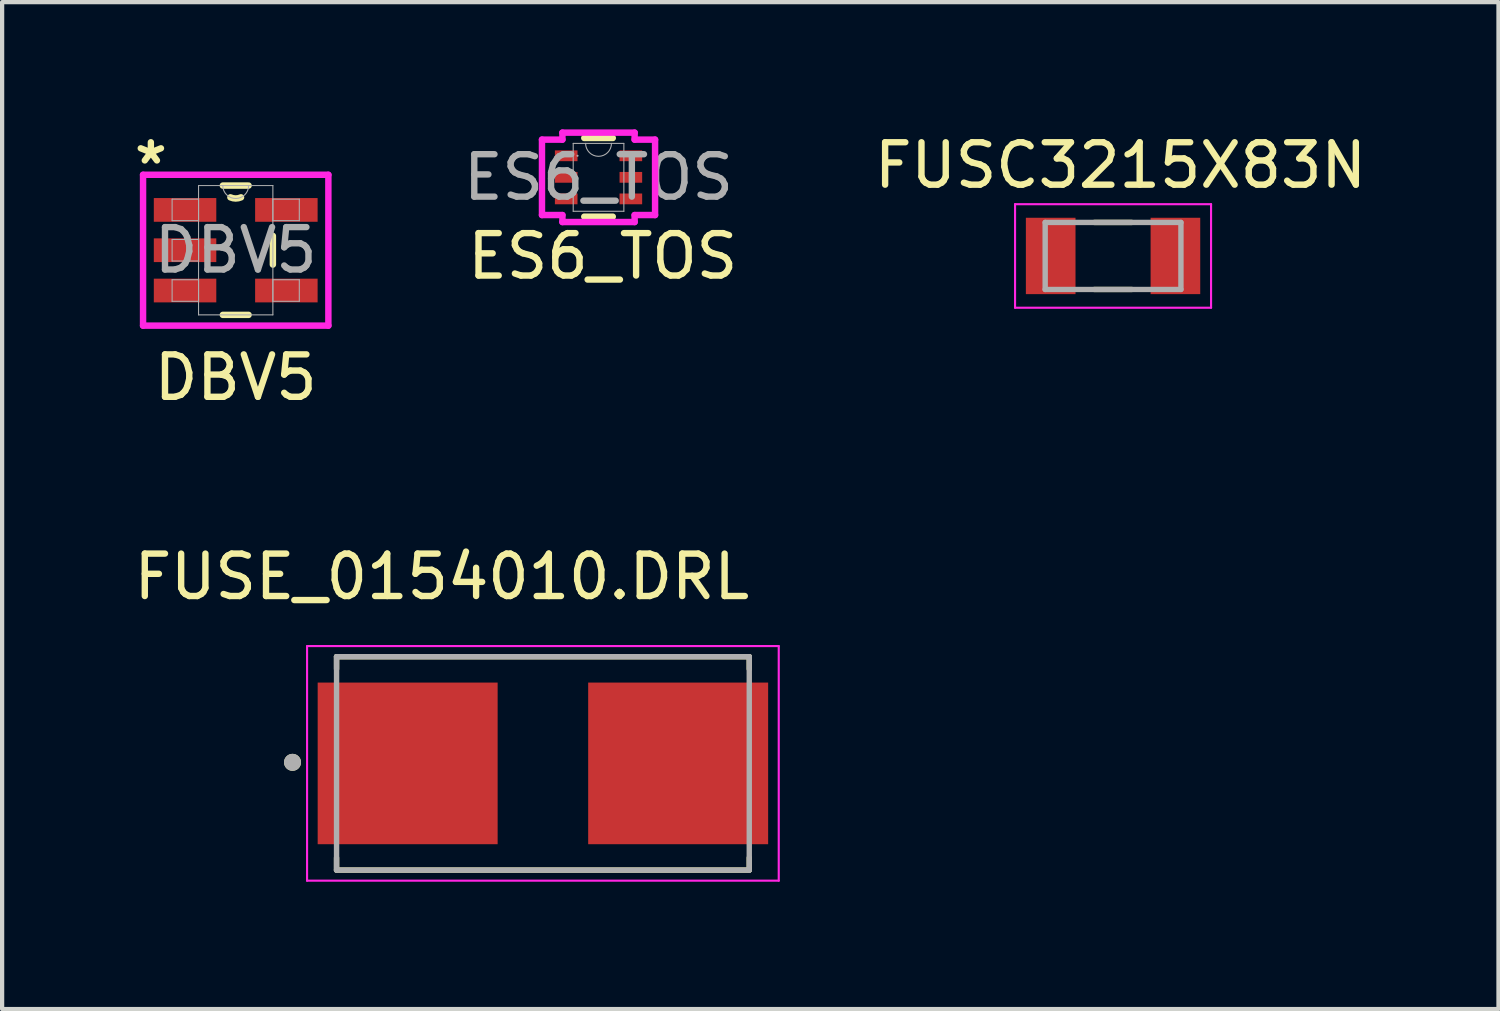
<source format=kicad_pcb>
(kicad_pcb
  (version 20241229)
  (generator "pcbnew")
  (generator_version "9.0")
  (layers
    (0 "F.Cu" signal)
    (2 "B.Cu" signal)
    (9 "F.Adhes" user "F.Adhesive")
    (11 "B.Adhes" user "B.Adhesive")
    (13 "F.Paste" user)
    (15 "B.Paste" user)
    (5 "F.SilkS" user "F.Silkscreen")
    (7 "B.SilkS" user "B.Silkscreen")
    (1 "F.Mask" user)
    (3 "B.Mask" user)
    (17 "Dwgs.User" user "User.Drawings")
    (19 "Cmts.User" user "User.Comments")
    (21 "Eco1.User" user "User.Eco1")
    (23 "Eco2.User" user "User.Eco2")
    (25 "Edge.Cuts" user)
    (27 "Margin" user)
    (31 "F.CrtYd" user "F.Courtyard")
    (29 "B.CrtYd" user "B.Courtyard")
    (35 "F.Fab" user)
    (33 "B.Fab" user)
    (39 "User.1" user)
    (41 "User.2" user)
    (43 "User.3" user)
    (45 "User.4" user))
  (footprint "DBV5"
    (layer "F.Cu")
    (at 2.506 2.848)
    (property "Reference" "DBV5" (at 0 3 0) (unlocked yes) (layer "F.SilkS") (effects (font (size 1 1) (thickness 0.15))))
    (attr smd)
    (fp_line (start -0.303 1.524) (end 0.303 1.524) (stroke (width 0.152) (type solid)) (layer "F.SilkS"))
    (fp_line (start 0.303 -1.524) (end -0.303 -1.524) (stroke (width 0.152) (type solid)) (layer "F.SilkS"))
    (fp_line (start 0.876 0.338) (end 0.876 -0.338) (stroke (width 0.152) (type solid)) (layer "F.SilkS"))
    (fp_arc (start 0.124872 -1.245953) (mid 0 -1.2192) (end -0.124872 -1.245953) (stroke (width 0.1524) (type solid)) (layer "F.SilkS"))
    (fp_line (start -2.184 -1.778) (end 2.184 -1.778) (stroke (width 0.152) (type solid)) (layer "F.CrtYd"))
    (fp_line (start -2.184 1.778) (end -2.184 -1.778) (stroke (width 0.152) (type solid)) (layer "F.CrtYd"))
    (fp_line (start 2.184 -1.778) (end 2.184 1.778) (stroke (width 0.152) (type solid)) (layer "F.CrtYd"))
    (fp_line (start 2.184 1.778) (end -2.184 1.778) (stroke (width 0.152) (type solid)) (layer "F.CrtYd"))
    (fp_line (start -1.499 -1.204) (end -1.499 -0.696) (stroke (width 0.025) (type solid)) (layer "F.Fab"))
    (fp_line (start -1.499 -0.696) (end -0.876 -0.696) (stroke (width 0.025) (type solid)) (layer "F.Fab"))
    (fp_line (start -1.499 -0.254) (end -1.499 0.254) (stroke (width 0.025) (type solid)) (layer "F.Fab"))
    (fp_line (start -1.499 0.254) (end -0.876 0.254) (stroke (width 0.025) (type solid)) (layer "F.Fab"))
    (fp_line (start -1.499 0.696) (end -1.499 1.204) (stroke (width 0.025) (type solid)) (layer "F.Fab"))
    (fp_line (start -1.499 1.204) (end -0.876 1.204) (stroke (width 0.025) (type solid)) (layer "F.Fab"))
    (fp_line (start -0.876 -1.524) (end -0.876 1.524) (stroke (width 0.025) (type solid)) (layer "F.Fab"))
    (fp_line (start -0.876 -1.204) (end -1.499 -1.204) (stroke (width 0.025) (type solid)) (layer "F.Fab"))
    (fp_line (start -0.876 -0.696) (end -0.876 -1.204) (stroke (width 0.025) (type solid)) (layer "F.Fab"))
    (fp_line (start -0.876 -0.254) (end -1.499 -0.254) (stroke (width 0.025) (type solid)) (layer "F.Fab"))
    (fp_line (start -0.876 0.254) (end -0.876 -0.254) (stroke (width 0.025) (type solid)) (layer "F.Fab"))
    (fp_line (start -0.876 0.696) (end -1.499 0.696) (stroke (width 0.025) (type solid)) (layer "F.Fab"))
    (fp_line (start -0.876 1.204) (end -0.876 0.696) (stroke (width 0.025) (type solid)) (layer "F.Fab"))
    (fp_line (start -0.876 1.524) (end 0.876 1.524) (stroke (width 0.025) (type solid)) (layer "F.Fab"))
    (fp_line (start 0.876 -1.524) (end -0.876 -1.524) (stroke (width 0.025) (type solid)) (layer "F.Fab"))
    (fp_line (start 0.876 -1.204) (end 0.876 -0.696) (stroke (width 0.025) (type solid)) (layer "F.Fab"))
    (fp_line (start 0.876 -0.696) (end 1.499 -0.696) (stroke (width 0.025) (type solid)) (layer "F.Fab"))
    (fp_line (start 0.876 0.696) (end 0.876 1.204) (stroke (width 0.025) (type solid)) (layer "F.Fab"))
    (fp_line (start 0.876 1.204) (end 1.499 1.204) (stroke (width 0.025) (type solid)) (layer "F.Fab"))
    (fp_line (start 0.876 1.524) (end 0.876 -1.524) (stroke (width 0.025) (type solid)) (layer "F.Fab"))
    (fp_line (start 1.499 -1.204) (end 0.876 -1.204) (stroke (width 0.025) (type solid)) (layer "F.Fab"))
    (fp_line (start 1.499 -0.696) (end 1.499 -1.204) (stroke (width 0.025) (type solid)) (layer "F.Fab"))
    (fp_line (start 1.499 0.696) (end 0.876 0.696) (stroke (width 0.025) (type solid)) (layer "F.Fab"))
    (fp_line (start 1.499 1.204) (end 1.499 0.696) (stroke (width 0.025) (type solid)) (layer "F.Fab"))
    (fp_arc (start 0.3048 -1.524) (mid 0 -1.2192) (end -0.3048 -1.524) (stroke (width 0.0254) (type solid)) (layer "F.Fab"))
    (fp_text user "*" (at -2 -2 0) (unlocked yes) (layer "F.SilkS") (effects (font (size 1 1) (thickness 0.15))))
    (fp_text user "${REFERENCE}" (at 0 0 0) (unlocked yes) (layer "F.Fab") (effects (font (size 1 1) (thickness 0.15))))
    (pad "1" smd rect (at -1.194 -0.95) (size 1.473 0.559) (layers "F.Cu" "F.Mask" "F.Paste"))
    (pad "2" smd rect (at -1.194 0) (size 1.473 0.559) (layers "F.Cu" "F.Mask" "F.Paste"))
    (pad "3" smd rect (at -1.194 0.95) (size 1.473 0.559) (layers "F.Cu" "F.Mask" "F.Paste"))
    (pad "4" smd rect (at 1.194 0.95) (size 1.473 0.559) (layers "F.Cu" "F.Mask" "F.Paste"))
    (pad "5" smd rect (at 1.194 -0.95) (size 1.473 0.559) (layers "F.Cu" "F.Mask" "F.Paste")))
  (footprint "FUSC3215X83N"
    (layer "F.Cu")
    (at 23.186 2.983)
    (property "Reference" "FUSC3215X83N" (at 0.175 -2.135 0) (layer "F.SilkS") (effects (font (size 1 1) (thickness 0.15))))
    (attr smd)
    (fp_line (start -0.44 -0.79) (end 0.44 -0.79) (stroke (width 0.127) (type solid)) (layer "F.SilkS"))
    (fp_line (start 0.44 0.79) (end -0.44 0.79) (stroke (width 0.127) (type solid)) (layer "F.SilkS"))
    (fp_line (start -2.31 -1.22) (end 2.31 -1.22) (stroke (width 0.05) (type solid)) (layer "F.CrtYd"))
    (fp_line (start -2.31 1.22) (end -2.31 -1.22) (stroke (width 0.05) (type solid)) (layer "F.CrtYd"))
    (fp_line (start 2.31 -1.22) (end 2.31 1.22) (stroke (width 0.05) (type solid)) (layer "F.CrtYd"))
    (fp_line (start 2.31 1.22) (end -2.31 1.22) (stroke (width 0.05) (type solid)) (layer "F.CrtYd"))
    (fp_line (start -1.6 -0.79) (end 1.6 -0.79) (stroke (width 0.127) (type solid)) (layer "F.Fab"))
    (fp_line (start -1.6 0.79) (end -1.6 -0.79) (stroke (width 0.127) (type solid)) (layer "F.Fab"))
    (fp_line (start 1.6 -0.79) (end 1.6 0.79) (stroke (width 0.127) (type solid)) (layer "F.Fab"))
    (fp_line (start 1.6 0.79) (end -1.6 0.79) (stroke (width 0.127) (type solid)) (layer "F.Fab"))
    (pad "1" smd rect (at -1.47 0) (size 1.17 1.8) (layers "F.Cu" "F.Mask" "F.Paste"))
    (pad "2" smd rect (at 1.47 0) (size 1.17 1.8) (layers "F.Cu" "F.Mask" "F.Paste")))
  (footprint "ES6_TOS"
    (layer "F.Cu")
    (at 11.058 1.13)
    (property "Reference" "ES6_TOS" (at 0.1 1.86 0) (unlocked yes) (layer "F.SilkS") (effects (font (size 1 1) (thickness 0.15))))
    (attr smd)
    (fp_line (start -0.336 0.927) (end 0.336 0.927) (stroke (width 0.152) (type solid)) (layer "F.SilkS"))
    (fp_line (start 0.336 -0.927) (end -0.336 -0.927) (stroke (width 0.152) (type solid)) (layer "F.SilkS"))
    (fp_line (start -1.333 -0.889) (end -0.851 -0.889) (stroke (width 0.152) (type solid)) (layer "F.CrtYd"))
    (fp_line (start -1.333 0.889) (end -1.333 -0.889) (stroke (width 0.152) (type solid)) (layer "F.CrtYd"))
    (fp_line (start -0.851 -1.054) (end 0.851 -1.054) (stroke (width 0.152) (type solid)) (layer "F.CrtYd"))
    (fp_line (start -0.851 -0.889) (end -0.851 -1.054) (stroke (width 0.152) (type solid)) (layer "F.CrtYd"))
    (fp_line (start -0.851 0.889) (end -1.333 0.889) (stroke (width 0.152) (type solid)) (layer "F.CrtYd"))
    (fp_line (start -0.851 1.054) (end -0.851 0.889) (stroke (width 0.152) (type solid)) (layer "F.CrtYd"))
    (fp_line (start 0.851 -1.054) (end 0.851 -0.889) (stroke (width 0.152) (type solid)) (layer "F.CrtYd"))
    (fp_line (start 0.851 -0.889) (end 1.333 -0.889) (stroke (width 0.152) (type solid)) (layer "F.CrtYd"))
    (fp_line (start 0.851 0.889) (end 0.851 1.054) (stroke (width 0.152) (type solid)) (layer "F.CrtYd"))
    (fp_line (start 0.851 1.054) (end -0.851 1.054) (stroke (width 0.152) (type solid)) (layer "F.CrtYd"))
    (fp_line (start 1.333 -0.889) (end 1.333 0.889) (stroke (width 0.152) (type solid)) (layer "F.CrtYd"))
    (fp_line (start 1.333 0.889) (end 0.851 0.889) (stroke (width 0.152) (type solid)) (layer "F.CrtYd"))
    (fp_line (start -0.597 -0.8) (end -0.597 0.8) (stroke (width 0.025) (type solid)) (layer "F.Fab"))
    (fp_line (start -0.597 0.8) (end 0.597 0.8) (stroke (width 0.025) (type solid)) (layer "F.Fab"))
    (fp_line (start 0.597 -0.8) (end -0.597 -0.8) (stroke (width 0.025) (type solid)) (layer "F.Fab"))
    (fp_line (start 0.597 0.8) (end 0.597 -0.8) (stroke (width 0.025) (type solid)) (layer "F.Fab"))
    (fp_arc (start 0.3048 -0.8001) (mid 0 -0.4953) (end -0.3048 -0.8001) (stroke (width 0.0254) (type solid)) (layer "F.Fab"))
    (fp_circle (center -0.495 -0.508) (end -0.495 -0.508) (stroke (width 0.025) (type solid)) (fill no) (layer "F.Fab"))
    (fp_text user "${REFERENCE}" (at 0 0 0) (unlocked yes) (layer "F.Fab") (effects (font (size 1 1) (thickness 0.15))))
    (pad "1" smd rect (at -0.762 -0.508) (size 0.533 0.254) (layers "F.Cu" "F.Mask" "F.Paste"))
    (pad "2" smd rect (at -0.762 0) (size 0.533 0.254) (layers "F.Cu" "F.Mask" "F.Paste"))
    (pad "3" smd rect (at -0.762 0.508) (size 0.533 0.254) (layers "F.Cu" "F.Mask" "F.Paste"))
    (pad "4" smd rect (at 0.762 0.508) (size 0.533 0.254) (layers "F.Cu" "F.Mask" "F.Paste"))
    (pad "5" smd rect (at 0.762 0) (size 0.533 0.254) (layers "F.Cu" "F.Mask" "F.Paste"))
    (pad "6" smd rect (at 0.762 -0.508) (size 0.533 0.254) (layers "F.Cu" "F.Mask" "F.Paste")))
  (footprint "FUSE_0154010.DRL"
    (layer "F.Cu")
    (at 9.747 14.944)
    (property "Reference" "FUSE_0154010.DRL" (at -2.384 -4.4 0) (layer "F.SilkS") (effects (font (size 1 1) (thickness 0.15))))
    (attr smd)
    (fp_line (start -4.864 -2.515) (end 4.864 -2.515) (stroke (width 0.127) (type solid)) (layer "F.SilkS"))
    (fp_line (start -4.864 -2.225) (end -4.864 -2.515) (stroke (width 0.127) (type solid)) (layer "F.SilkS"))
    (fp_line (start -4.864 2.515) (end -4.864 2.225) (stroke (width 0.127) (type solid)) (layer "F.SilkS"))
    (fp_line (start 4.864 -2.515) (end 4.864 -2.225) (stroke (width 0.127) (type solid)) (layer "F.SilkS"))
    (fp_line (start 4.864 2.515) (end -4.864 2.515) (stroke (width 0.127) (type solid)) (layer "F.SilkS"))
    (fp_line (start 4.864 2.515) (end 4.864 2.225) (stroke (width 0.127) (type solid)) (layer "F.SilkS"))
    (fp_circle (center -5.902 -0.025) (end -5.802 -0.025) (stroke (width 0.2) (type solid)) (fill no) (layer "F.SilkS"))
    (fp_line (start -5.559 -2.765) (end -5.559 2.765) (stroke (width 0.05) (type solid)) (layer "F.CrtYd"))
    (fp_line (start -5.559 2.765) (end 5.559 2.765) (stroke (width 0.05) (type solid)) (layer "F.CrtYd"))
    (fp_line (start 5.559 -2.765) (end -5.559 -2.765) (stroke (width 0.05) (type solid)) (layer "F.CrtYd"))
    (fp_line (start 5.559 2.765) (end 5.559 -2.765) (stroke (width 0.05) (type solid)) (layer "F.CrtYd"))
    (fp_line (start -4.864 -2.515) (end 4.864 -2.515) (stroke (width 0.127) (type solid)) (layer "F.Fab"))
    (fp_line (start -4.864 2.515) (end -4.864 -2.515) (stroke (width 0.127) (type solid)) (layer "F.Fab"))
    (fp_line (start 4.864 -2.515) (end 4.864 2.515) (stroke (width 0.127) (type solid)) (layer "F.Fab"))
    (fp_line (start 4.864 2.515) (end -4.864 2.515) (stroke (width 0.127) (type solid)) (layer "F.Fab"))
    (fp_circle (center -5.902 -0.025) (end -5.802 -0.025) (stroke (width 0.2) (type solid)) (fill no) (layer "F.Fab"))
    (pad "1" smd rect (at -3.188 0) (size 4.242 3.81) (layers "F.Cu" "F.Mask" "F.Paste"))
    (pad "2" smd rect (at 3.188 0) (size 4.242 3.81) (layers "F.Cu" "F.Mask" "F.Paste")))
  (gr_rect
    (start -3 -3)
    (end 32.271 20.734)
    (stroke (width 0.1) (type default))
    (fill no)
    (layer "Edge.Cuts")))
</source>
